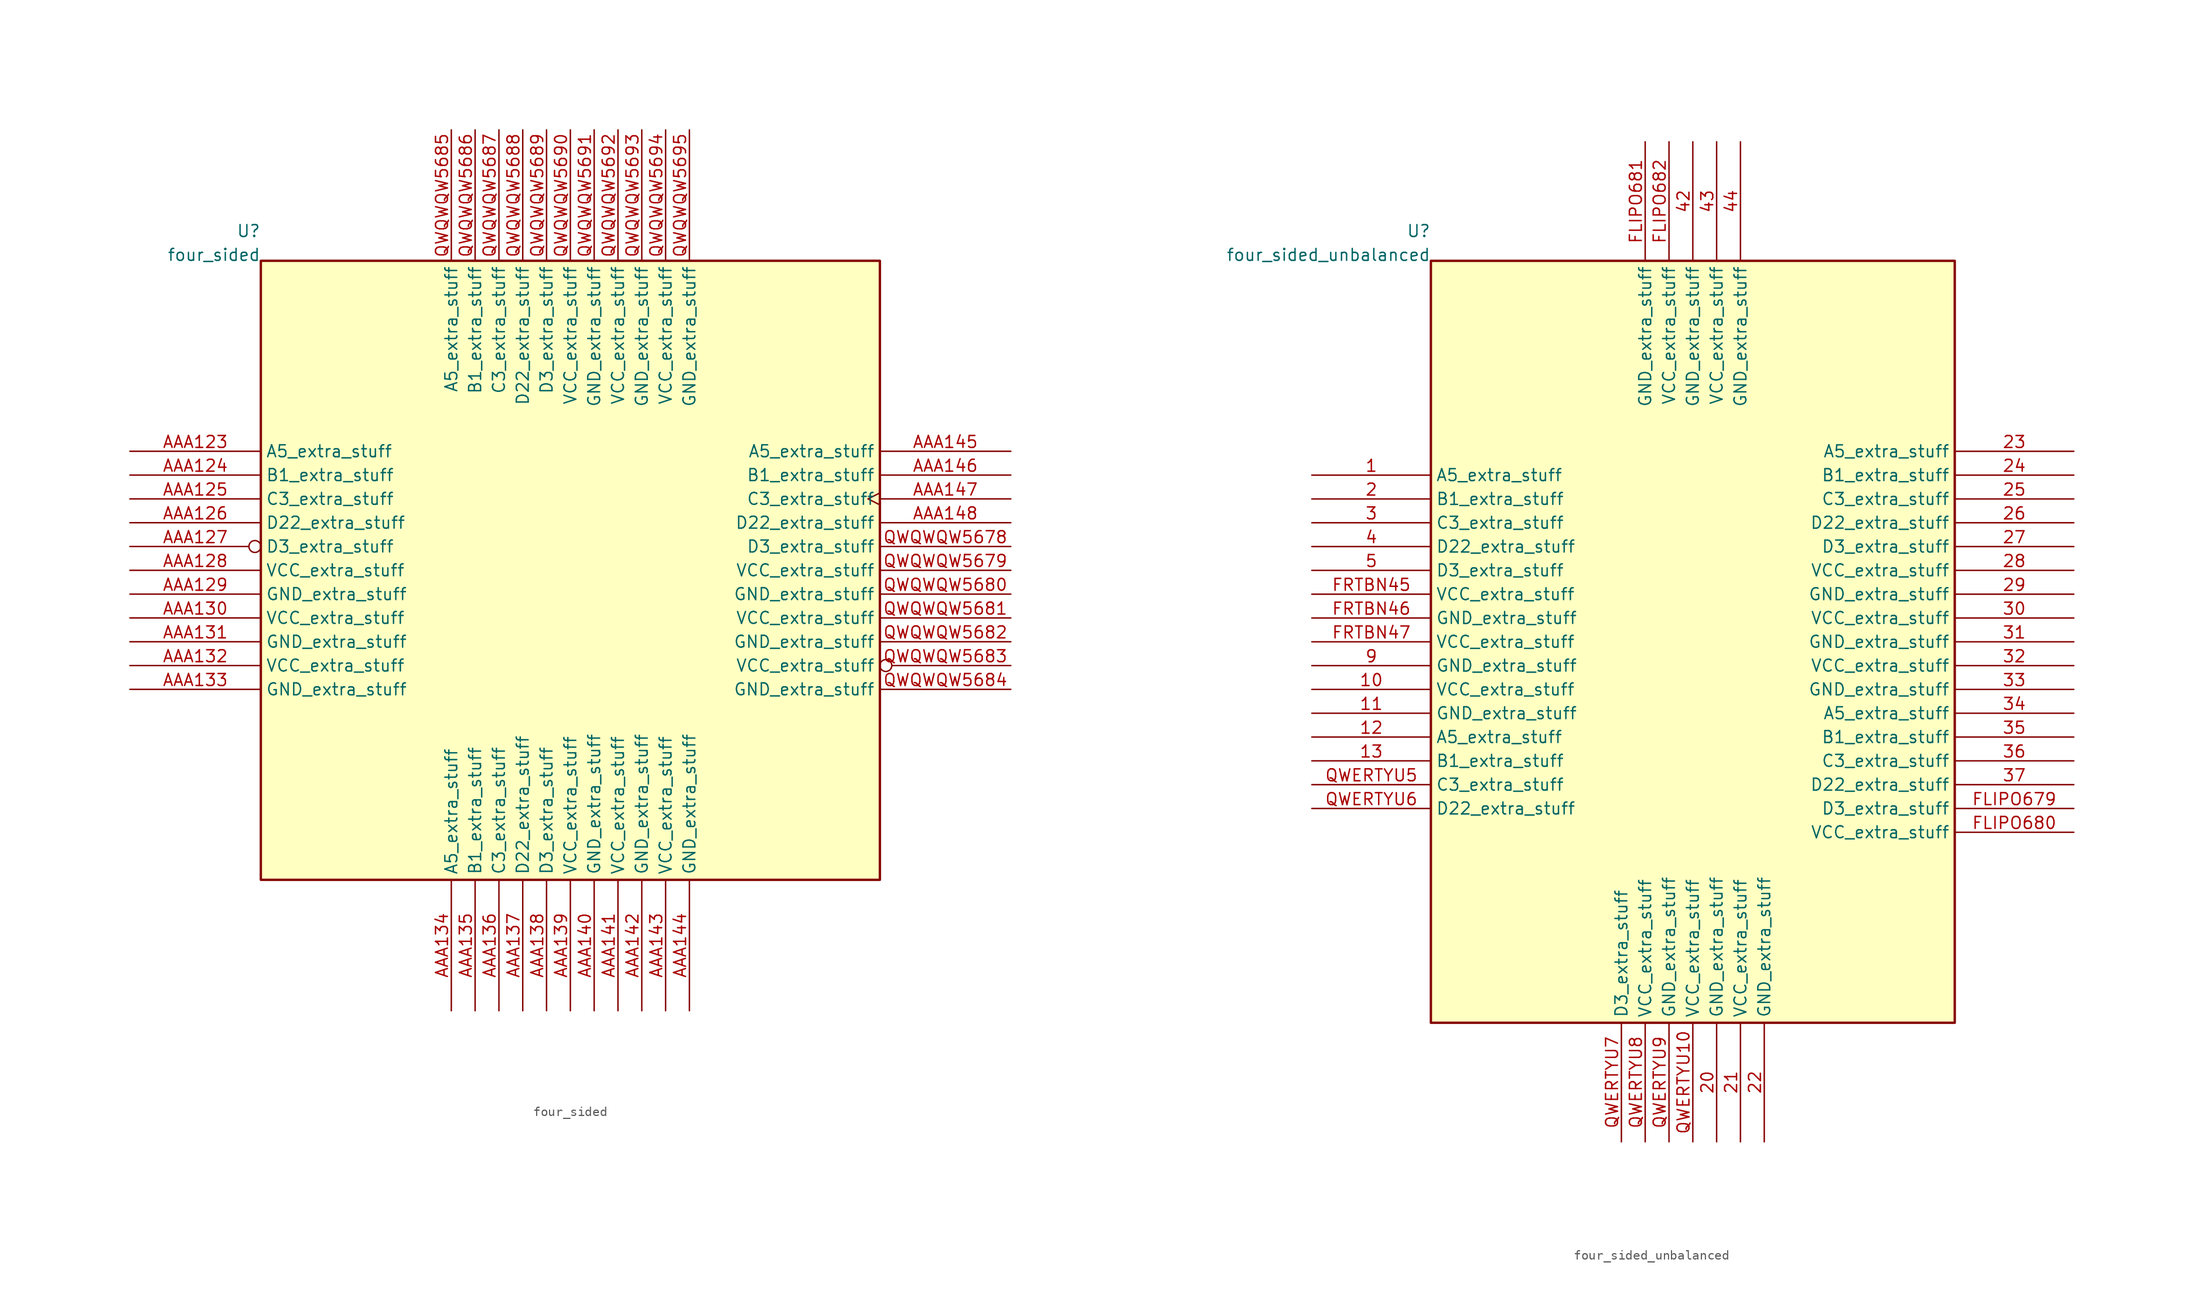
<source format=kicad_sym>
(kicad_symbol_lib
  (version 20241209)
  (generator "kicad_symbol_editor")
  (generator_version "8.0")
  (symbol "four_sided"
    (property "Reference" "U"
      (at -33.02 36.195 0)
      (effects (font (size 1.27 1.27)) (justify right) (hide no)))
    (property "Value" "four_sided"
      (at -33.02 33.655 0)
      (effects (font (size 1.27 1.27)) (justify right) (hide no)))
    (symbol "four_sided_1_1"
      (rectangle (start -33.02 -33.02) (end 33.02 33.02) (stroke (width 0.254) (type solid)) (fill (type background)))
      (pin passive line (at -46.99 12.7 0) (length 13.97) (name "A5_extra_stuff" (effects (font (size 1.27 1.27)))) (number "AAA123" (effects (font (size 1.27 1.27)))))
      (pin passive line (at -46.99 10.16 0) (length 13.97) (name "B1_extra_stuff" (effects (font (size 1.27 1.27)))) (number "AAA124" (effects (font (size 1.27 1.27)))))
      (pin passive line (at -46.99 7.62 0) (length 13.97) (name "C3_extra_stuff" (effects (font (size 1.27 1.27)))) (number "AAA125" (effects (font (size 1.27 1.27)))))
      (pin passive line (at -46.99 5.08 0) (length 13.97) (name "D22_extra_stuff" (effects (font (size 1.27 1.27)))) (number "AAA126" (effects (font (size 1.27 1.27)))))
      (pin passive inverted (at -46.99 2.54 0) (length 13.97) (name "D3_extra_stuff" (effects (font (size 1.27 1.27)))) (number "AAA127" (effects (font (size 1.27 1.27)))))
      (pin passive line (at -46.99 0.0 0) (length 13.97) (name "VCC_extra_stuff" (effects (font (size 1.27 1.27)))) (number "AAA128" (effects (font (size 1.27 1.27)))))
      (pin passive line (at -46.99 -2.54 0) (length 13.97) (name "GND_extra_stuff" (effects (font (size 1.27 1.27)))) (number "AAA129" (effects (font (size 1.27 1.27)))))
      (pin passive line (at -46.99 -5.08 0) (length 13.97) (name "VCC_extra_stuff" (effects (font (size 1.27 1.27)))) (number "AAA130" (effects (font (size 1.27 1.27)))))
      (pin passive line (at -46.99 -7.62 0) (length 13.97) (name "GND_extra_stuff" (effects (font (size 1.27 1.27)))) (number "AAA131" (effects (font (size 1.27 1.27)))))
      (pin passive line (at -46.99 -10.16 0) (length 13.97) (name "VCC_extra_stuff" (effects (font (size 1.27 1.27)))) (number "AAA132" (effects (font (size 1.27 1.27)))))
      (pin passive line (at -46.99 -12.7 0) (length 13.97) (name "GND_extra_stuff" (effects (font (size 1.27 1.27)))) (number "AAA133" (effects (font (size 1.27 1.27)))))
      (pin passive line (at 46.99 12.7 180) (length 13.97) (name "A5_extra_stuff" (effects (font (size 1.27 1.27)))) (number "AAA145" (effects (font (size 1.27 1.27)))))
      (pin passive line (at 46.99 10.16 180) (length 13.97) (name "B1_extra_stuff" (effects (font (size 1.27 1.27)))) (number "AAA146" (effects (font (size 1.27 1.27)))))
      (pin passive clock (at 46.99 7.62 180) (length 13.97) (name "C3_extra_stuff" (effects (font (size 1.27 1.27)))) (number "AAA147" (effects (font (size 1.27 1.27)))))
      (pin passive line (at 46.99 5.08 180) (length 13.97) (name "D22_extra_stuff" (effects (font (size 1.27 1.27)))) (number "AAA148" (effects (font (size 1.27 1.27)))))
      (pin passive line (at 46.99 2.54 180) (length 13.97) (name "D3_extra_stuff" (effects (font (size 1.27 1.27)))) (number "QWQWQW5678" (effects (font (size 1.27 1.27)))))
      (pin passive line (at 46.99 0.0 180) (length 13.97) (name "VCC_extra_stuff" (effects (font (size 1.27 1.27)))) (number "QWQWQW5679" (effects (font (size 1.27 1.27)))))
      (pin passive line (at 46.99 -2.54 180) (length 13.97) (name "GND_extra_stuff" (effects (font (size 1.27 1.27)))) (number "QWQWQW5680" (effects (font (size 1.27 1.27)))))
      (pin passive line (at 46.99 -5.08 180) (length 13.97) (name "VCC_extra_stuff" (effects (font (size 1.27 1.27)))) (number "QWQWQW5681" (effects (font (size 1.27 1.27)))))
      (pin passive line (at 46.99 -7.62 180) (length 13.97) (name "GND_extra_stuff" (effects (font (size 1.27 1.27)))) (number "QWQWQW5682" (effects (font (size 1.27 1.27)))))
      (pin passive inverted (at 46.99 -10.16 180) (length 13.97) (name "VCC_extra_stuff" (effects (font (size 1.27 1.27)))) (number "QWQWQW5683" (effects (font (size 1.27 1.27)))))
      (pin passive line (at 46.99 -12.7 180) (length 13.97) (name "GND_extra_stuff" (effects (font (size 1.27 1.27)))) (number "QWQWQW5684" (effects (font (size 1.27 1.27)))))
      (pin passive line (at -12.7 46.99 270) (length 13.97) (name "A5_extra_stuff" (effects (font (size 1.27 1.27)))) (number "QWQWQW5685" (effects (font (size 1.27 1.27)))))
      (pin passive line (at -10.16 46.99 270) (length 13.97) (name "B1_extra_stuff" (effects (font (size 1.27 1.27)))) (number "QWQWQW5686" (effects (font (size 1.27 1.27)))))
      (pin passive line (at -7.62 46.99 270) (length 13.97) (name "C3_extra_stuff" (effects (font (size 1.27 1.27)))) (number "QWQWQW5687" (effects (font (size 1.27 1.27)))))
      (pin passive line (at -5.08 46.99 270) (length 13.97) (name "D22_extra_stuff" (effects (font (size 1.27 1.27)))) (number "QWQWQW5688" (effects (font (size 1.27 1.27)))))
      (pin passive line (at -2.54 46.99 270) (length 13.97) (name "D3_extra_stuff" (effects (font (size 1.27 1.27)))) (number "QWQWQW5689" (effects (font (size 1.27 1.27)))))
      (pin passive line (at 0.0 46.99 270) (length 13.97) (name "VCC_extra_stuff" (effects (font (size 1.27 1.27)))) (number "QWQWQW5690" (effects (font (size 1.27 1.27)))))
      (pin passive line (at 2.54 46.99 270) (length 13.97) (name "GND_extra_stuff" (effects (font (size 1.27 1.27)))) (number "QWQWQW5691" (effects (font (size 1.27 1.27)))))
      (pin passive line (at 5.08 46.99 270) (length 13.97) (name "VCC_extra_stuff" (effects (font (size 1.27 1.27)))) (number "QWQWQW5692" (effects (font (size 1.27 1.27)))))
      (pin passive line (at 7.62 46.99 270) (length 13.97) (name "GND_extra_stuff" (effects (font (size 1.27 1.27)))) (number "QWQWQW5693" (effects (font (size 1.27 1.27)))))
      (pin passive line (at 10.16 46.99 270) (length 13.97) (name "VCC_extra_stuff" (effects (font (size 1.27 1.27)))) (number "QWQWQW5694" (effects (font (size 1.27 1.27)))))
      (pin passive line (at 12.7 46.99 270) (length 13.97) (name "GND_extra_stuff" (effects (font (size 1.27 1.27)))) (number "QWQWQW5695" (effects (font (size 1.27 1.27)))))
      (pin passive line (at -12.7 -46.99 90) (length 13.97) (name "A5_extra_stuff" (effects (font (size 1.27 1.27)))) (number "AAA134" (effects (font (size 1.27 1.27)))))
      (pin passive line (at -10.16 -46.99 90) (length 13.97) (name "B1_extra_stuff" (effects (font (size 1.27 1.27)))) (number "AAA135" (effects (font (size 1.27 1.27)))))
      (pin passive line (at -7.62 -46.99 90) (length 13.97) (name "C3_extra_stuff" (effects (font (size 1.27 1.27)))) (number "AAA136" (effects (font (size 1.27 1.27)))))
      (pin passive line (at -5.08 -46.99 90) (length 13.97) (name "D22_extra_stuff" (effects (font (size 1.27 1.27)))) (number "AAA137" (effects (font (size 1.27 1.27)))))
      (pin passive line (at -2.54 -46.99 90) (length 13.97) (name "D3_extra_stuff" (effects (font (size 1.27 1.27)))) (number "AAA138" (effects (font (size 1.27 1.27)))))
      (pin passive line (at 0.0 -46.99 90) (length 13.97) (name "VCC_extra_stuff" (effects (font (size 1.27 1.27)))) (number "AAA139" (effects (font (size 1.27 1.27)))))
      (pin passive line (at 2.54 -46.99 90) (length 13.97) (name "GND_extra_stuff" (effects (font (size 1.27 1.27)))) (number "AAA140" (effects (font (size 1.27 1.27)))))
      (pin passive line (at 5.08 -46.99 90) (length 13.97) (name "VCC_extra_stuff" (effects (font (size 1.27 1.27)))) (number "AAA141" (effects (font (size 1.27 1.27)))))
      (pin passive line (at 7.62 -46.99 90) (length 13.97) (name "GND_extra_stuff" (effects (font (size 1.27 1.27)))) (number "AAA142" (effects (font (size 1.27 1.27)))))
      (pin passive line (at 10.16 -46.99 90) (length 13.97) (name "VCC_extra_stuff" (effects (font (size 1.27 1.27)))) (number "AAA143" (effects (font (size 1.27 1.27)))))
      (pin passive line (at 12.7 -46.99 90) (length 13.97) (name "GND_extra_stuff" (effects (font (size 1.27 1.27)))) (number "AAA144" (effects (font (size 1.27 1.27)))))))
  (symbol "four_sided_unbalanced"
    (property "Reference" "U"
      (at -27.94 43.815 0)
      (effects (font (size 1.27 1.27)) (justify right) (hide no)))
    (property "Value" "four_sided_unbalanced"
      (at -27.94 41.275 0)
      (effects (font (size 1.27 1.27)) (justify right) (hide no)))
    (symbol "four_sided_unbalanced_1_1"
      (rectangle (start -27.94 -40.64) (end 27.94 40.64) (stroke (width 0.254) (type solid)) (fill (type background)))
      (pin passive line (at -40.64 17.78 0) (length 12.7) (name "A5_extra_stuff" (effects (font (size 1.27 1.27)))) (number "1" (effects (font (size 1.27 1.27)))))
      (pin passive line (at -40.64 15.24 0) (length 12.7) (name "B1_extra_stuff" (effects (font (size 1.27 1.27)))) (number "2" (effects (font (size 1.27 1.27)))))
      (pin passive line (at -40.64 12.7 0) (length 12.7) (name "C3_extra_stuff" (effects (font (size 1.27 1.27)))) (number "3" (effects (font (size 1.27 1.27)))))
      (pin passive line (at -40.64 10.16 0) (length 12.7) (name "D22_extra_stuff" (effects (font (size 1.27 1.27)))) (number "4" (effects (font (size 1.27 1.27)))))
      (pin passive line (at -40.64 7.62 0) (length 12.7) (name "D3_extra_stuff" (effects (font (size 1.27 1.27)))) (number "5" (effects (font (size 1.27 1.27)))))
      (pin passive line (at -40.64 5.08 0) (length 12.7) (name "VCC_extra_stuff" (effects (font (size 1.27 1.27)))) (number "FRTBN45" (effects (font (size 1.27 1.27)))))
      (pin passive line (at -40.64 2.54 0) (length 12.7) (name "GND_extra_stuff" (effects (font (size 1.27 1.27)))) (number "FRTBN46" (effects (font (size 1.27 1.27)))))
      (pin passive line (at -40.64 3.552713678800501e-15 0) (length 12.7) (name "VCC_extra_stuff" (effects (font (size 1.27 1.27)))) (number "FRTBN47" (effects (font (size 1.27 1.27)))))
      (pin passive line (at -40.64 -2.54 0) (length 12.7) (name "GND_extra_stuff" (effects (font (size 1.27 1.27)))) (number "9" (effects (font (size 1.27 1.27)))))
      (pin passive line (at -40.64 -5.08 0) (length 12.7) (name "VCC_extra_stuff" (effects (font (size 1.27 1.27)))) (number "10" (effects (font (size 1.27 1.27)))))
      (pin passive line (at -40.64 -7.62 0) (length 12.7) (name "GND_extra_stuff" (effects (font (size 1.27 1.27)))) (number "11" (effects (font (size 1.27 1.27)))))
      (pin passive line (at -40.64 -10.16 0) (length 12.7) (name "A5_extra_stuff" (effects (font (size 1.27 1.27)))) (number "12" (effects (font (size 1.27 1.27)))))
      (pin passive line (at -40.64 -12.7 0) (length 12.7) (name "B1_extra_stuff" (effects (font (size 1.27 1.27)))) (number "13" (effects (font (size 1.27 1.27)))))
      (pin passive line (at -40.64 -15.24 0) (length 12.7) (name "C3_extra_stuff" (effects (font (size 1.27 1.27)))) (number "QWERTYU5" (effects (font (size 1.27 1.27)))))
      (pin passive line (at -40.64 -17.78 0) (length 12.7) (name "D22_extra_stuff" (effects (font (size 1.27 1.27)))) (number "QWERTYU6" (effects (font (size 1.27 1.27)))))
      (pin passive line (at 40.64 20.32 180) (length 12.7) (name "A5_extra_stuff" (effects (font (size 1.27 1.27)))) (number "23" (effects (font (size 1.27 1.27)))))
      (pin passive line (at 40.64 17.78 180) (length 12.7) (name "B1_extra_stuff" (effects (font (size 1.27 1.27)))) (number "24" (effects (font (size 1.27 1.27)))))
      (pin passive line (at 40.64 15.24 180) (length 12.7) (name "C3_extra_stuff" (effects (font (size 1.27 1.27)))) (number "25" (effects (font (size 1.27 1.27)))))
      (pin passive line (at 40.64 12.7 180) (length 12.7) (name "D22_extra_stuff" (effects (font (size 1.27 1.27)))) (number "26" (effects (font (size 1.27 1.27)))))
      (pin passive line (at 40.64 10.16 180) (length 12.7) (name "D3_extra_stuff" (effects (font (size 1.27 1.27)))) (number "27" (effects (font (size 1.27 1.27)))))
      (pin passive line (at 40.64 7.62 180) (length 12.7) (name "VCC_extra_stuff" (effects (font (size 1.27 1.27)))) (number "28" (effects (font (size 1.27 1.27)))))
      (pin passive line (at 40.64 5.08 180) (length 12.7) (name "GND_extra_stuff" (effects (font (size 1.27 1.27)))) (number "29" (effects (font (size 1.27 1.27)))))
      (pin passive line (at 40.64 2.54 180) (length 12.7) (name "VCC_extra_stuff" (effects (font (size 1.27 1.27)))) (number "30" (effects (font (size 1.27 1.27)))))
      (pin passive line (at 40.64 3.552713678800501e-15 180) (length 12.7) (name "GND_extra_stuff" (effects (font (size 1.27 1.27)))) (number "31" (effects (font (size 1.27 1.27)))))
      (pin passive line (at 40.64 -2.54 180) (length 12.7) (name "VCC_extra_stuff" (effects (font (size 1.27 1.27)))) (number "32" (effects (font (size 1.27 1.27)))))
      (pin passive line (at 40.64 -5.08 180) (length 12.7) (name "GND_extra_stuff" (effects (font (size 1.27 1.27)))) (number "33" (effects (font (size 1.27 1.27)))))
      (pin passive line (at 40.64 -7.62 180) (length 12.7) (name "A5_extra_stuff" (effects (font (size 1.27 1.27)))) (number "34" (effects (font (size 1.27 1.27)))))
      (pin passive line (at 40.64 -10.16 180) (length 12.7) (name "B1_extra_stuff" (effects (font (size 1.27 1.27)))) (number "35" (effects (font (size 1.27 1.27)))))
      (pin passive line (at 40.64 -12.7 180) (length 12.7) (name "C3_extra_stuff" (effects (font (size 1.27 1.27)))) (number "36" (effects (font (size 1.27 1.27)))))
      (pin passive line (at 40.64 -15.24 180) (length 12.7) (name "D22_extra_stuff" (effects (font (size 1.27 1.27)))) (number "37" (effects (font (size 1.27 1.27)))))
      (pin passive line (at 40.64 -17.78 180) (length 12.7) (name "D3_extra_stuff" (effects (font (size 1.27 1.27)))) (number "FLIPO679" (effects (font (size 1.27 1.27)))))
      (pin passive line (at 40.64 -20.32 180) (length 12.7) (name "VCC_extra_stuff" (effects (font (size 1.27 1.27)))) (number "FLIPO680" (effects (font (size 1.27 1.27)))))
      (pin passive line (at -5.08 53.34 270) (length 12.7) (name "GND_extra_stuff" (effects (font (size 1.27 1.27)))) (number "FLIPO681" (effects (font (size 1.27 1.27)))))
      (pin passive line (at -2.54 53.34 270) (length 12.7) (name "VCC_extra_stuff" (effects (font (size 1.27 1.27)))) (number "FLIPO682" (effects (font (size 1.27 1.27)))))
      (pin passive line (at 0.0 53.34 270) (length 12.7) (name "GND_extra_stuff" (effects (font (size 1.27 1.27)))) (number "42" (effects (font (size 1.27 1.27)))))
      (pin passive line (at 2.54 53.34 270) (length 12.7) (name "VCC_extra_stuff" (effects (font (size 1.27 1.27)))) (number "43" (effects (font (size 1.27 1.27)))))
      (pin passive line (at 5.08 53.34 270) (length 12.7) (name "GND_extra_stuff" (effects (font (size 1.27 1.27)))) (number "44" (effects (font (size 1.27 1.27)))))
      (pin passive line (at -7.62 -53.34 90) (length 12.7) (name "D3_extra_stuff" (effects (font (size 1.27 1.27)))) (number "QWERTYU7" (effects (font (size 1.27 1.27)))))
      (pin passive line (at -5.08 -53.34 90) (length 12.7) (name "VCC_extra_stuff" (effects (font (size 1.27 1.27)))) (number "QWERTYU8" (effects (font (size 1.27 1.27)))))
      (pin passive line (at -2.54 -53.34 90) (length 12.7) (name "GND_extra_stuff" (effects (font (size 1.27 1.27)))) (number "QWERTYU9" (effects (font (size 1.27 1.27)))))
      (pin passive line (at 0.0 -53.34 90) (length 12.7) (name "VCC_extra_stuff" (effects (font (size 1.27 1.27)))) (number "QWERTYU10" (effects (font (size 1.27 1.27)))))
      (pin passive line (at 2.54 -53.34 90) (length 12.7) (name "GND_extra_stuff" (effects (font (size 1.27 1.27)))) (number "20" (effects (font (size 1.27 1.27)))))
      (pin passive line (at 5.08 -53.34 90) (length 12.7) (name "VCC_extra_stuff" (effects (font (size 1.27 1.27)))) (number "21" (effects (font (size 1.27 1.27)))))
      (pin passive line (at 7.62 -53.34 90) (length 12.7) (name "GND_extra_stuff" (effects (font (size 1.27 1.27)))) (number "22" (effects (font (size 1.27 1.27))))))))
</source>
